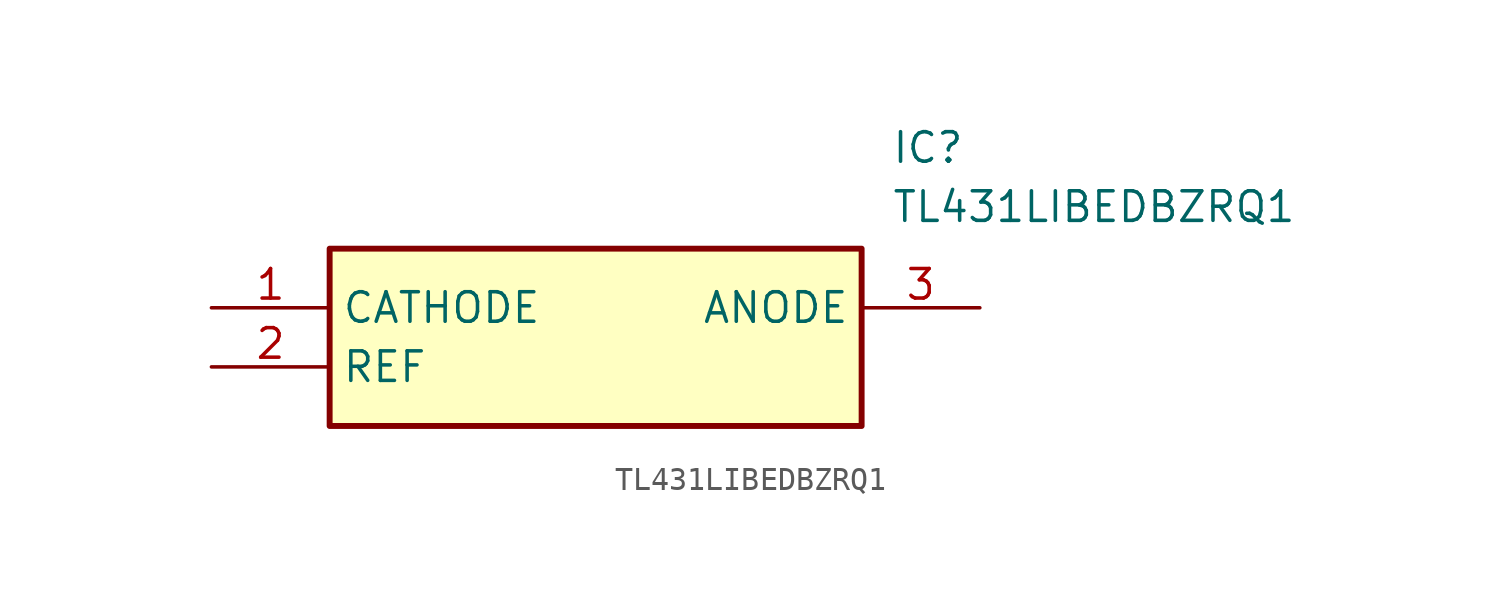
<source format=kicad_sym>
(kicad_symbol_lib
  (version 20211014)
  (generator SamacSys_ECAD_Model)
  (symbol "TL431LIBEDBZRQ1"
    (property "Reference" "IC"
      (at 29.21 7.62 0)
      (effects (font (size 1.27 1.27)) (justify left top)))
    (property "Value" "TL431LIBEDBZRQ1"
      (at 29.21 5.08 0)
      (effects (font (size 1.27 1.27)) (justify left top)))
    (rectangle
      (start 5.08 2.54)
      (end 27.94 -5.08)
      (stroke (width 0.254) (type default))
      (fill (type background)))
    (pin passive line
      (at 0 0 0)
      (length 5.08)
      (name "CATHODE" (effects (font (size 1.27 1.27))))
      (number "1" (effects (font (size 1.27 1.27)))))
    (pin passive line
      (at 0 -2.54 0)
      (length 5.08)
      (name "REF" (effects (font (size 1.27 1.27))))
      (number "2" (effects (font (size 1.27 1.27)))))
    (pin passive line
      (at 33.02 0 180)
      (length 5.08)
      (name "ANODE" (effects (font (size 1.27 1.27))))
      (number "3" (effects (font (size 1.27 1.27)))))))
</source>
